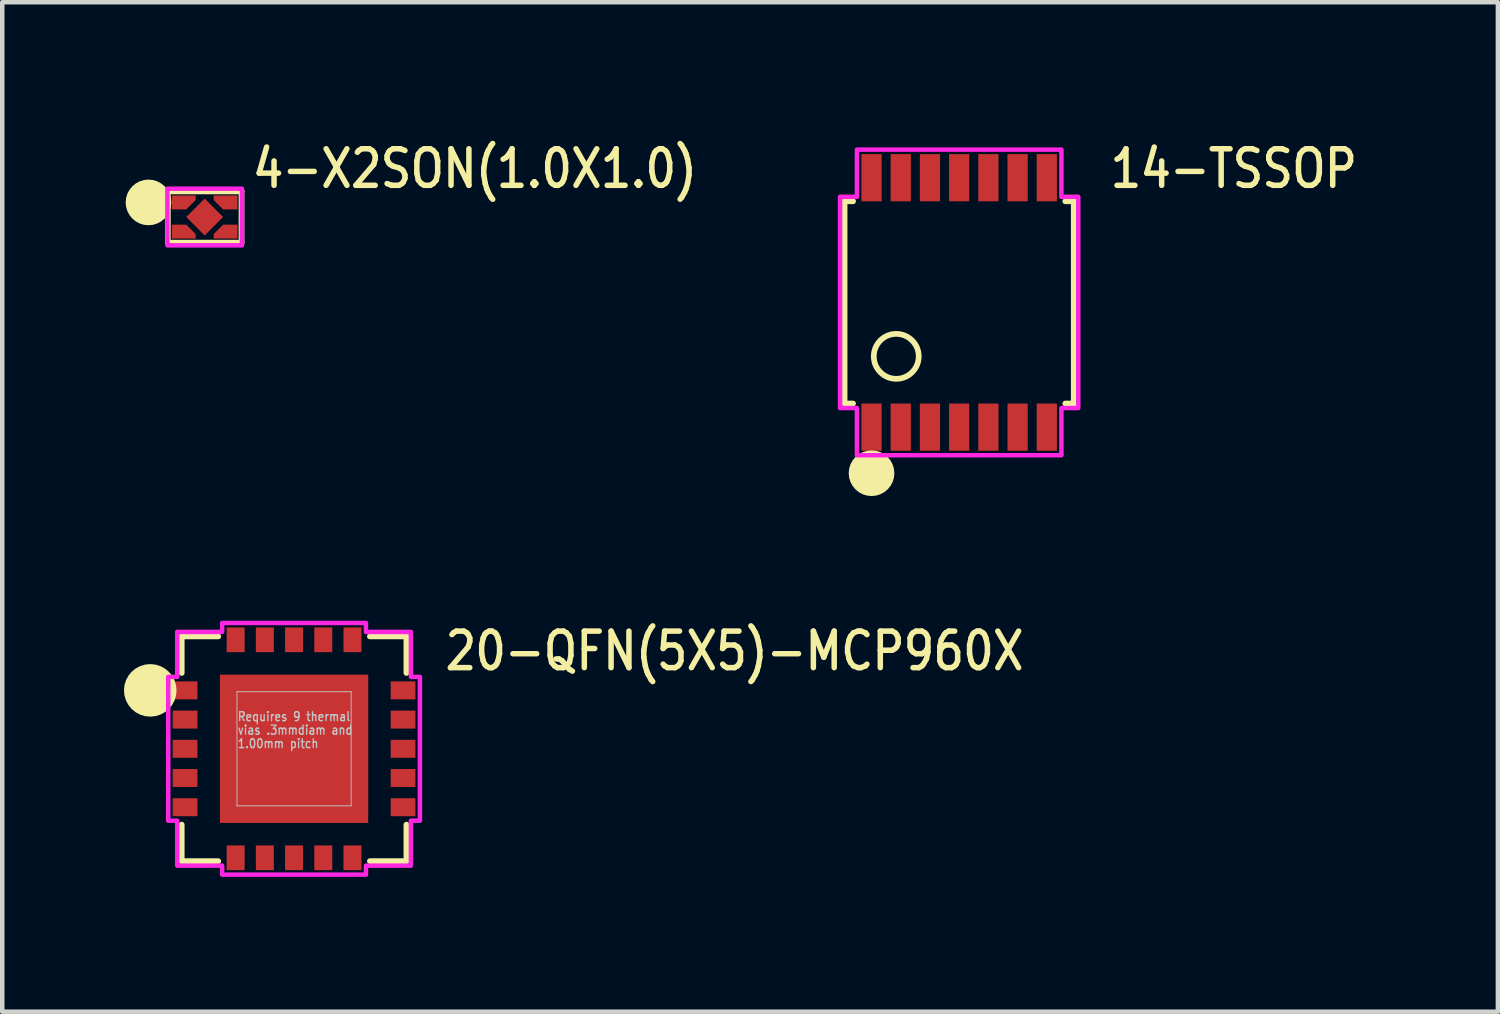
<source format=kicad_pcb>
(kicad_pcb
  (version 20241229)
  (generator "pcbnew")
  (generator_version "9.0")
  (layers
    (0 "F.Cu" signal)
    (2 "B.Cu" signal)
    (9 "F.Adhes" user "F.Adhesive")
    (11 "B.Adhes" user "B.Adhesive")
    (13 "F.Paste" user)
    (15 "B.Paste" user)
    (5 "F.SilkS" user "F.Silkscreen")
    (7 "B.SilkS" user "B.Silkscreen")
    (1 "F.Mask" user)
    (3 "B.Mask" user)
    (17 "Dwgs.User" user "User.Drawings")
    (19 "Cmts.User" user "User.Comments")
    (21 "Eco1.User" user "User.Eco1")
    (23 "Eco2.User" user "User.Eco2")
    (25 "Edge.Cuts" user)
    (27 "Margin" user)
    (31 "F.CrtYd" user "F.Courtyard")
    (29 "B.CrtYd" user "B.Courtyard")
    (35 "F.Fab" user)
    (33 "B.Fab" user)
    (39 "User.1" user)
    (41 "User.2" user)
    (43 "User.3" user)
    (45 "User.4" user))
  (footprint "14-TSSOP"
    (layer "F.Cu")
    (at 18.292 3.679)
    (property "Reference" "14-TSSOP" (at 3.3 -2.5 0) (unlocked yes) (layer "F.SilkS") (effects (font (size 0.813 0.695) (thickness 0.122)) (justify left bottom)))
    (fp_line (start -2.55 2.25) (end -2.55 -2.25) (stroke (width 0.127) (type solid)) (layer "F.SilkS"))
    (fp_line (start -2.55 2.25) (end -2.361 2.25) (stroke (width 0.127) (type solid)) (layer "F.SilkS"))
    (fp_line (start -2.361 -2.25) (end -2.55 -2.25) (stroke (width 0.127) (type solid)) (layer "F.SilkS"))
    (fp_line (start 2.361 2.25) (end 2.55 2.25) (stroke (width 0.127) (type solid)) (layer "F.SilkS"))
    (fp_line (start 2.55 -2.25) (end 2.361 -2.25) (stroke (width 0.127) (type solid)) (layer "F.SilkS"))
    (fp_line (start 2.55 -2.25) (end 2.55 2.25) (stroke (width 0.127) (type solid)) (layer "F.SilkS"))
    (fp_circle (center -1.95 3.8) (end -1.95 3.8) (stroke (width 0.508) (type solid)) (fill no) (layer "F.SilkS"))
    (fp_circle (center -1.4 1.2) (end -0.9 1.2) (stroke (width 0.127) (type solid)) (fill no) (layer "F.SilkS"))
    (fp_poly (pts (xy -2.275 -3.4) (xy 2.275 -3.4) (xy 2.275 -2.35) (xy 2.65 -2.35) (xy 2.65 2.35) (xy 2.275 2.35) (xy 2.275 3.4) (xy -2.275 3.4) (xy -2.275 2.35) (xy -2.65 2.35) (xy -2.65 -2.35) (xy -2.275 -2.35)) (stroke (width 0.1) (type solid)) (fill no) (layer "F.CrtYd"))
    (pad "P$1" smd rect (at -1.95 2.775) (size 0.45 1.05) (layers "F.Cu" "F.Mask" "F.Paste"))
    (pad "P$2" smd rect (at -1.3 2.775) (size 0.45 1.05) (layers "F.Cu" "F.Mask" "F.Paste"))
    (pad "P$3" smd rect (at -0.65 2.775) (size 0.45 1.05) (layers "F.Cu" "F.Mask" "F.Paste"))
    (pad "P$4" smd rect (at 0 2.775) (size 0.45 1.05) (layers "F.Cu" "F.Mask" "F.Paste"))
    (pad "P$5" smd rect (at 0.65 2.775) (size 0.45 1.05) (layers "F.Cu" "F.Mask" "F.Paste"))
    (pad "P$6" smd rect (at 1.3 2.775) (size 0.45 1.05) (layers "F.Cu" "F.Mask" "F.Paste"))
    (pad "P$7" smd rect (at 1.95 2.775) (size 0.45 1.05) (layers "F.Cu" "F.Mask" "F.Paste"))
    (pad "P$8" smd rect (at 1.95 -2.775) (size 0.45 1.05) (layers "F.Cu" "F.Mask" "F.Paste"))
    (pad "P$9" smd rect (at 1.3 -2.775) (size 0.45 1.05) (layers "F.Cu" "F.Mask" "F.Paste"))
    (pad "P$10" smd rect (at 0.65 -2.775) (size 0.45 1.05) (layers "F.Cu" "F.Mask" "F.Paste"))
    (pad "P$11" smd rect (at 0 -2.775) (size 0.45 1.05) (layers "F.Cu" "F.Mask" "F.Paste"))
    (pad "P$12" smd rect (at -0.65 -2.775) (size 0.45 1.05) (layers "F.Cu" "F.Mask" "F.Paste"))
    (pad "P$13" smd rect (at -1.3 -2.775) (size 0.45 1.05) (layers "F.Cu" "F.Mask" "F.Paste"))
    (pad "P$14" smd rect (at -1.95 -2.775) (size 0.45 1.05) (layers "F.Cu" "F.Mask" "F.Paste")))
  (footprint "4-X2SON(1.0X1.0)"
    (layer "F.Cu")
    (at 1.504 1.779)
    (property "Reference" "4-X2SON(1.0X1.0)" (at 1 -0.6 0) (unlocked yes) (layer "F.SilkS") (effects (font (size 0.813 0.695) (thickness 0.122)) (justify left bottom)))
    (fp_poly (pts (xy -0.73 -0.17) (xy -0.73 -0.48) (xy -0.2 -0.48) (xy -0.2 -0.379) (xy -0.409 -0.17)) (stroke (width 0) (type solid)) (fill yes) (layer "F.Cu"))
    (fp_poly (pts (xy -0.73 0.17) (xy -0.73 0.48) (xy -0.2 0.48) (xy -0.2 0.379) (xy -0.409 0.17)) (stroke (width 0) (type solid)) (fill yes) (layer "F.Cu"))
    (fp_poly (pts (xy 0.73 -0.17) (xy 0.73 -0.48) (xy 0.2 -0.48) (xy 0.2 -0.379) (xy 0.409 -0.17)) (stroke (width 0) (type solid)) (fill yes) (layer "F.Cu"))
    (fp_poly (pts (xy 0.73 0.17) (xy 0.73 0.48) (xy 0.2 0.48) (xy 0.2 0.379) (xy 0.409 0.17)) (stroke (width 0) (type solid)) (fill yes) (layer "F.Cu"))
    (fp_poly (pts (xy 0 -0.339) (xy 0.339 0) (xy 0 0.339) (xy -0.339 0)) (stroke (width 0) (type solid)) (fill yes) (layer "F.Mask"))
    (fp_poly (pts (xy -0.61 -0.22) (xy -0.61 -0.43) (xy -0.25 -0.43) (xy -0.25 -0.4) (xy -0.43 -0.22)) (stroke (width 0) (type solid)) (fill yes) (layer "F.Mask"))
    (fp_poly (pts (xy -0.61 0.22) (xy -0.61 0.43) (xy -0.25 0.43) (xy -0.25 0.4) (xy -0.43 0.22)) (stroke (width 0) (type solid)) (fill yes) (layer "F.Mask"))
    (fp_poly (pts (xy 0.61 -0.22) (xy 0.61 -0.43) (xy 0.25 -0.43) (xy 0.25 -0.4) (xy 0.43 -0.22)) (stroke (width 0) (type solid)) (fill yes) (layer "F.Mask"))
    (fp_poly (pts (xy 0.61 0.22) (xy 0.61 0.43) (xy 0.25 0.43) (xy 0.25 0.4) (xy 0.43 0.22)) (stroke (width 0) (type solid)) (fill yes) (layer "F.Mask"))
    (fp_line (start -0.82 -0.57) (end 0.82 -0.57) (stroke (width 0.127) (type solid)) (layer "F.SilkS"))
    (fp_line (start -0.82 0.57) (end -0.82 -0.57) (stroke (width 0.127) (type solid)) (layer "F.SilkS"))
    (fp_line (start 0.82 -0.57) (end 0.82 0.57) (stroke (width 0.127) (type solid)) (layer "F.SilkS"))
    (fp_line (start 0.82 0.57) (end -0.82 0.57) (stroke (width 0.127) (type solid)) (layer "F.SilkS"))
    (fp_circle (center -1.25 -0.325) (end -1.25 -0.325) (stroke (width 0.508) (type solid)) (fill no) (layer "F.SilkS"))
    (fp_poly (pts (xy -0.65 -0.22) (xy -0.65 -0.43) (xy -0.25 -0.43) (xy -0.25 -0.4) (xy -0.43 -0.22)) (stroke (width 0) (type solid)) (fill yes) (layer "F.Paste"))
    (fp_poly (pts (xy -0.65 0.22) (xy -0.65 0.43) (xy -0.25 0.43) (xy -0.25 0.4) (xy -0.43 0.22)) (stroke (width 0) (type solid)) (fill yes) (layer "F.Paste"))
    (fp_poly (pts (xy 0.65 -0.22) (xy 0.65 -0.43) (xy 0.25 -0.43) (xy 0.25 -0.4) (xy 0.43 -0.22)) (stroke (width 0) (type solid)) (fill yes) (layer "F.Paste"))
    (fp_poly (pts (xy 0.65 0.22) (xy 0.65 0.43) (xy 0.25 0.43) (xy 0.25 0.4) (xy 0.43 0.22)) (stroke (width 0) (type solid)) (fill yes) (layer "F.Paste"))
    (fp_poly (pts (xy -0.83 -0.63) (xy 0.83 -0.63) (xy 0.83 0.63) (xy -0.83 0.63)) (stroke (width 0.1) (type solid)) (fill no) (layer "F.CrtYd"))
    (pad "P$1" smd rect (at -0.54 -0.325) (size 0.18 0.21) (layers "F.Cu"))
    (pad "P$2" smd rect (at -0.54 0.325) (size 0.18 0.21) (layers "F.Cu"))
    (pad "P$3" smd rect (at 0.54 0.325 180) (size 0.18 0.21) (layers "F.Cu"))
    (pad "P$4" smd rect (at 0.54 -0.325 180) (size 0.18 0.21) (layers "F.Cu"))
    (pad "S$1" smd rect (at 0 0 315) (size 0.58 0.58) (layers "F.Cu" "F.Paste")))
  (footprint "20-QFN(5X5)-MCP960X"
    (layer "F.Cu")
    (at 3.493 13.611)
    (property "Reference" "20-QFN(5X5)-MCP960X" (at 3.3 -1.7 0) (unlocked yes) (layer "F.SilkS") (effects (font (size 0.813 0.695) (thickness 0.122)) (justify left bottom)))
    (fp_line (start -2.5 -2.5) (end -1.687 -2.5) (stroke (width 0.127) (type solid)) (layer "F.SilkS"))
    (fp_line (start -2.5 -1.687) (end -2.5 -2.5) (stroke (width 0.127) (type solid)) (layer "F.SilkS"))
    (fp_line (start -2.5 2.5) (end -2.5 1.687) (stroke (width 0.127) (type solid)) (layer "F.SilkS"))
    (fp_line (start -1.687 2.5) (end -2.5 2.5) (stroke (width 0.127) (type solid)) (layer "F.SilkS"))
    (fp_line (start 1.687 -2.5) (end 2.5 -2.5) (stroke (width 0.127) (type solid)) (layer "F.SilkS"))
    (fp_line (start 2.5 -2.5) (end 2.5 -1.687) (stroke (width 0.127) (type solid)) (layer "F.SilkS"))
    (fp_line (start 2.5 1.687) (end 2.5 2.5) (stroke (width 0.127) (type solid)) (layer "F.SilkS"))
    (fp_line (start 2.5 2.5) (end 1.687 2.5) (stroke (width 0.127) (type solid)) (layer "F.SilkS"))
    (fp_circle (center -3.2 -1.3) (end -3.2 -1.3) (stroke (width 0.585) (type solid)) (fill no) (layer "F.SilkS"))
    (fp_line (start -1.27 -1.27) (end 1.27 -1.27) (stroke (width 0.02) (type solid)) (layer "Dwgs.User"))
    (fp_line (start -1.27 1.27) (end -1.27 -1.27) (stroke (width 0.02) (type solid)) (layer "Dwgs.User"))
    (fp_line (start 1.27 -1.27) (end 1.27 1.27) (stroke (width 0.02) (type solid)) (layer "Dwgs.User"))
    (fp_line (start 1.27 1.27) (end -1.27 1.27) (stroke (width 0.02) (type solid)) (layer "Dwgs.User"))
    (fp_poly (pts (xy -2.6 -2.6) (xy -1.6 -2.6) (xy -1.6 -2.8) (xy 1.6 -2.8) (xy 1.6 -2.6) (xy 2.6 -2.6) (xy 2.6 -1.6) (xy 2.8 -1.6) (xy 2.8 1.6) (xy 2.6 1.6) (xy 2.6 2.6) (xy 1.6 2.6) (xy 1.6 2.8) (xy -1.6 2.8) (xy -1.6 2.6) (xy -2.6 2.6) (xy -2.6 1.6) (xy -2.8 1.6) (xy -2.8 -1.6) (xy -2.6 -1.6)) (stroke (width 0.1) (type solid)) (fill no) (layer "F.CrtYd"))
    (fp_text user "Requires 9 thermal" (at -1.27 -0.6 0) (unlocked yes) (layer "Dwgs.User") (effects (font (size 0.2 0.171) (thickness 0.03)) (justify left bottom)))
    (fp_text user "1.00mm pitch" (at -1.27 0 0) (unlocked yes) (layer "Dwgs.User") (effects (font (size 0.2 0.171) (thickness 0.03)) (justify left bottom)))
    (fp_text user "vias .3mmdiam and" (at -1.27 -0.3 0) (unlocked yes) (layer "Dwgs.User") (effects (font (size 0.2 0.171) (thickness 0.03)) (justify left bottom)))
    (pad "P$1" smd rect (at -2.425 -1.3) (size 0.55 0.4) (layers "F.Cu" "F.Mask" "F.Paste"))
    (pad "P$2" smd rect (at -2.425 -0.65) (size 0.55 0.4) (layers "F.Cu" "F.Mask" "F.Paste"))
    (pad "P$3" smd rect (at -2.425 0) (size 0.55 0.4) (layers "F.Cu" "F.Mask" "F.Paste"))
    (pad "P$4" smd rect (at -2.425 0.65) (size 0.55 0.4) (layers "F.Cu" "F.Mask" "F.Paste"))
    (pad "P$5" smd rect (at -2.425 1.3) (size 0.55 0.4) (layers "F.Cu" "F.Mask" "F.Paste"))
    (pad "P$6" smd rect (at -1.3 2.425 90) (size 0.55 0.4) (layers "F.Cu" "F.Mask" "F.Paste"))
    (pad "P$7" smd rect (at -0.65 2.425 90) (size 0.55 0.4) (layers "F.Cu" "F.Mask" "F.Paste"))
    (pad "P$8" smd rect (at 0 2.425 90) (size 0.55 0.4) (layers "F.Cu" "F.Mask" "F.Paste"))
    (pad "P$9" smd rect (at 0.65 2.425 90) (size 0.55 0.4) (layers "F.Cu" "F.Mask" "F.Paste"))
    (pad "P$10" smd rect (at 1.3 2.425 90) (size 0.55 0.4) (layers "F.Cu" "F.Mask" "F.Paste"))
    (pad "P$11" smd rect (at 2.425 1.3 180) (size 0.55 0.4) (layers "F.Cu" "F.Mask" "F.Paste"))
    (pad "P$12" smd rect (at 2.425 0.65 180) (size 0.55 0.4) (layers "F.Cu" "F.Mask" "F.Paste"))
    (pad "P$13" smd rect (at 2.425 0 180) (size 0.55 0.4) (layers "F.Cu" "F.Mask" "F.Paste"))
    (pad "P$14" smd rect (at 2.425 -0.65 180) (size 0.55 0.4) (layers "F.Cu" "F.Mask" "F.Paste"))
    (pad "P$15" smd rect (at 2.425 -1.3 180) (size 0.55 0.4) (layers "F.Cu" "F.Mask" "F.Paste"))
    (pad "P$16" smd rect (at 1.3 -2.425 270) (size 0.55 0.4) (layers "F.Cu" "F.Mask" "F.Paste"))
    (pad "P$17" smd rect (at 0.65 -2.425 270) (size 0.55 0.4) (layers "F.Cu" "F.Mask" "F.Paste"))
    (pad "P$18" smd rect (at 0 -2.425 270) (size 0.55 0.4) (layers "F.Cu" "F.Mask" "F.Paste"))
    (pad "P$19" smd rect (at -0.65 -2.425 270) (size 0.55 0.4) (layers "F.Cu" "F.Mask" "F.Paste"))
    (pad "P$20" smd rect (at -1.3 -2.425 270) (size 0.55 0.4) (layers "F.Cu" "F.Mask" "F.Paste"))
    (pad "P$21" smd rect (at 0 0) (size 3.3 3.3) (layers "F.Cu" "F.Mask" "F.Paste")))
  (gr_rect
    (start -3 -3)
    (end 30.279 19.461)
    (stroke (width 0.1) (type default))
    (fill no)
    (layer "Edge.Cuts")))
</source>
